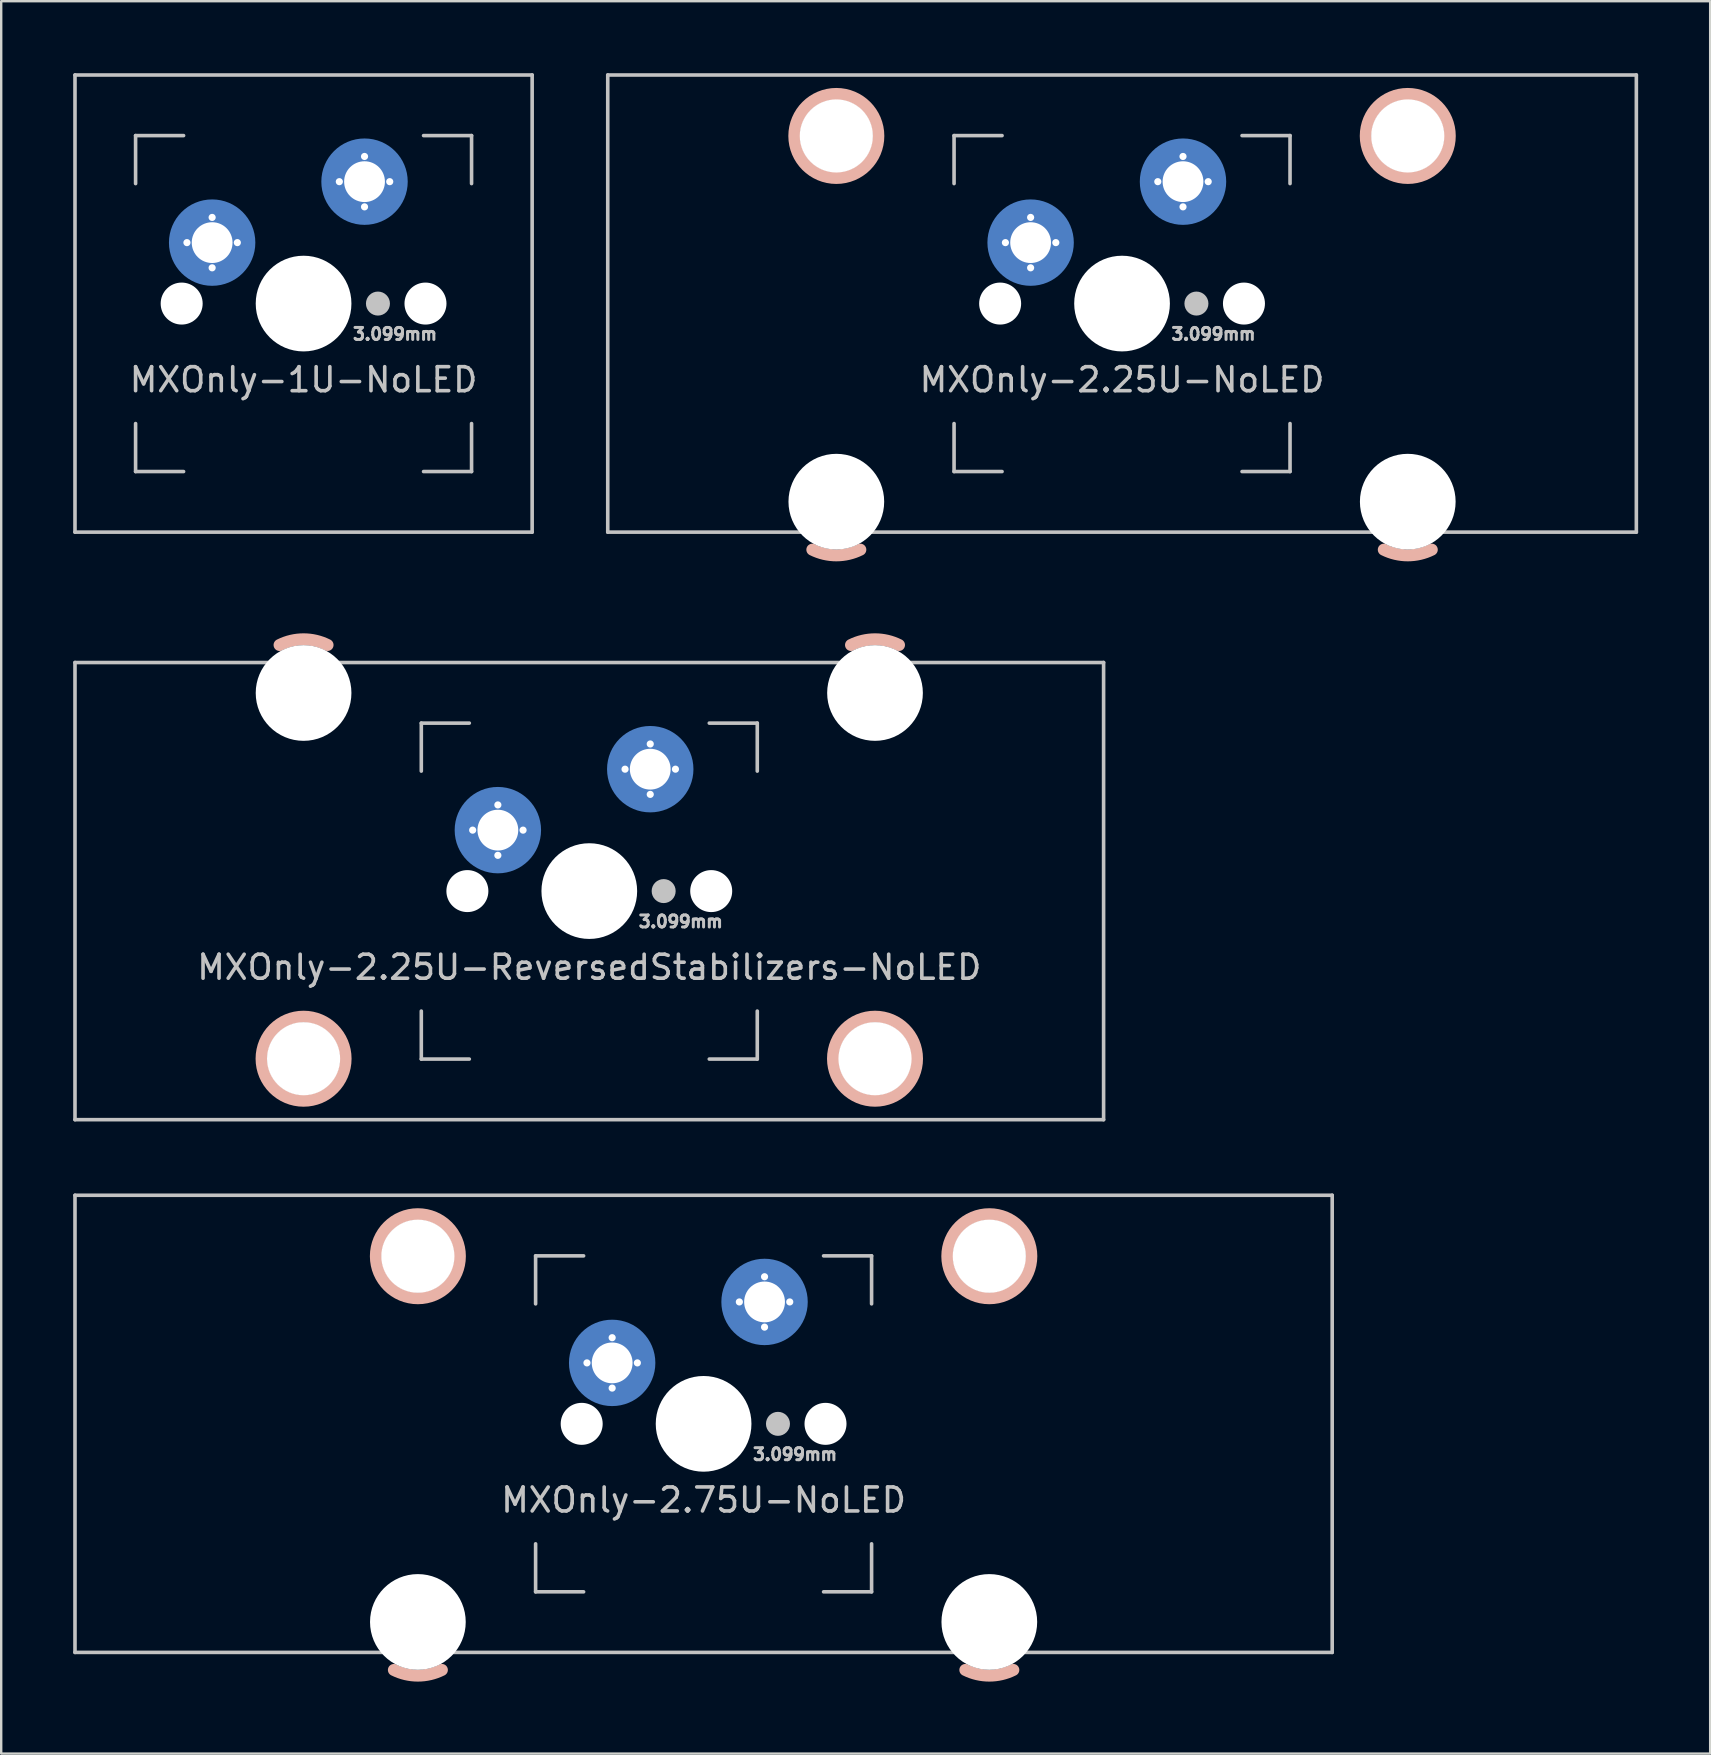
<source format=kicad_pcb>
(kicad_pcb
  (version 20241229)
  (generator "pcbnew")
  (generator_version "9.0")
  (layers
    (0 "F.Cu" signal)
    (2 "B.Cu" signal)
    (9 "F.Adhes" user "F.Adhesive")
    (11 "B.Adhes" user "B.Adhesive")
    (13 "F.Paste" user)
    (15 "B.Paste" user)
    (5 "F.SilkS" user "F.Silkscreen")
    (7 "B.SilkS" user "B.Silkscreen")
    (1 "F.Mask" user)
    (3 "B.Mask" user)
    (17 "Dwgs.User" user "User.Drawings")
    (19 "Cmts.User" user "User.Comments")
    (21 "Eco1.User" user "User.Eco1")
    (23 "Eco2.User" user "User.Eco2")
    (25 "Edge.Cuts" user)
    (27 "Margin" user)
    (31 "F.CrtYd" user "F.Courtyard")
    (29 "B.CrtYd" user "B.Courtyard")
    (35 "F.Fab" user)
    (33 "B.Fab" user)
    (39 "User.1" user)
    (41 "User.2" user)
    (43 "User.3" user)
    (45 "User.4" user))
  (footprint "MXOnly-2.25U-ReversedStabilizers-NoLED"
    (layer "F.Cu")
    (at 21.506 34.082)
    (property "Reference" "MXOnly-2.25U-ReversedStabilizers-NoLED" (at 0 3.175 0) (layer "Dwgs.User") (effects (font (size 1 1) (thickness 0.15))))
    (attr through_hole)
    (fp_arc (start -12.90625 -10.255) (mid -11.906837 -10.491068) (end -10.907301 -10.255525) (stroke (width 0.5) (type solid)) (layer "B.SilkS"))
    (fp_arc (start 10.90625 -10.255) (mid 11.905663 -10.491068) (end 12.905199 -10.255525) (stroke (width 0.5) (type solid)) (layer "B.SilkS"))
    (fp_circle (center -11.906 6.985) (end -13.656 6.985) (stroke (width 0.5) (type solid)) (fill no) (layer "B.SilkS"))
    (fp_circle (center 11.906 6.985) (end 10.156 6.985) (stroke (width 0.5) (type solid)) (fill no) (layer "B.SilkS"))
    (fp_line (start -21.431 -9.525) (end 21.431 -9.525) (stroke (width 0.15) (type solid)) (layer "Dwgs.User"))
    (fp_line (start -21.431 9.525) (end -21.431 -9.525) (stroke (width 0.15) (type solid)) (layer "Dwgs.User"))
    (fp_line (start -21.431 9.525) (end 21.431 9.525) (stroke (width 0.15) (type solid)) (layer "Dwgs.User"))
    (fp_line (start -7 -7) (end -7 -5) (stroke (width 0.15) (type solid)) (layer "Dwgs.User"))
    (fp_line (start -7 5) (end -7 7) (stroke (width 0.15) (type solid)) (layer "Dwgs.User"))
    (fp_line (start -7 7) (end -5 7) (stroke (width 0.15) (type solid)) (layer "Dwgs.User"))
    (fp_line (start -5 -7) (end -7 -7) (stroke (width 0.15) (type solid)) (layer "Dwgs.User"))
    (fp_line (start 5 -7) (end 7 -7) (stroke (width 0.15) (type solid)) (layer "Dwgs.User"))
    (fp_line (start 5 7) (end 7 7) (stroke (width 0.15) (type solid)) (layer "Dwgs.User"))
    (fp_line (start 7 -7) (end 7 -5) (stroke (width 0.15) (type solid)) (layer "Dwgs.User"))
    (fp_line (start 7 7) (end 7 5) (stroke (width 0.15) (type solid)) (layer "Dwgs.User"))
    (fp_line (start 21.431 -9.525) (end 21.431 9.525) (stroke (width 0.15) (type solid)) (layer "Dwgs.User"))
    (fp_text user "3.099mm" (at 3.81 1.27 0) (layer "Dwgs.User") (effects (font (size 0.5 0.5) (thickness 0.125))))
    (pad "" np_thru_hole circle (at -11.906 -8.255) (size 3.988 3.988) (drill 3.988) (layers "*.Cu" "*.Mask"))
    (pad "" np_thru_hole circle (at -11.906 6.985) (size 3.048 3.048) (drill 3.048) (layers "*.Cu" "*.Mask"))
    (pad "" np_thru_hole circle (at -5.08 0 48.1) (size 1.75 1.75) (drill 1.75) (layers "*.Cu" "*.Mask"))
    (pad "" smd circle (at -3.81 -2.54) (size 3.2 3.2) (layers "B.Mask"))
    (pad "" np_thru_hole circle (at 0 0) (size 3.988 3.988) (drill 3.988) (layers "*.Cu" "*.Mask"))
    (pad "" smd circle (at 2.54 -5.08) (size 3.2 3.2) (layers "B.Mask"))
    (pad "" smd circle (at 3.099 0) (size 1 1) (layers "Dwgs.User"))
    (pad "" np_thru_hole circle (at 5.08 0 48.1) (size 1.75 1.75) (drill 1.75) (layers "*.Cu" "*.Mask"))
    (pad "" np_thru_hole circle (at 11.906 -8.255) (size 3.988 3.988) (drill 3.988) (layers "*.Cu" "*.Mask"))
    (pad "" np_thru_hole circle (at 11.906 6.985) (size 3.048 3.048) (drill 3.048) (layers "*.Cu" "*.Mask"))
    (pad "1" thru_hole circle (at -4.86 -2.54 90) (size 0.4 0.4) (drill 0.3) (layers "*.Cu" "B.Mask"))
    (pad "1" thru_hole circle (at -3.81 -3.59) (size 0.4 0.4) (drill 0.3) (layers "*.Cu" "B.Mask"))
    (pad "1" thru_hole circle (at -3.81 -2.54) (size 2.5 2.5) (drill 1.7) (layers "*.Cu"))
    (pad "1" smd circle (at -3.81 -2.54) (size 3.6 3.6) (layers "B.Cu"))
    (pad "1" thru_hole circle (at -3.81 -1.49 180) (size 0.4 0.4) (drill 0.3) (layers "*.Cu" "B.Mask"))
    (pad "1" thru_hole circle (at -2.76 -2.54 270) (size 0.4 0.4) (drill 0.3) (layers "*.Cu" "B.Mask"))
    (pad "2" thru_hole circle (at 1.49 -5.08 90) (size 0.4 0.4) (drill 0.3) (layers "*.Cu" "B.Mask"))
    (pad "2" thru_hole circle (at 2.54 -6.13) (size 0.4 0.4) (drill 0.3) (layers "*.Cu" "B.Mask"))
    (pad "2" thru_hole circle (at 2.54 -5.08) (size 2.5 2.5) (drill 1.7) (layers "*.Cu"))
    (pad "2" smd circle (at 2.54 -5.08) (size 3.6 3.6) (layers "B.Cu"))
    (pad "2" thru_hole circle (at 2.54 -4.03 180) (size 0.4 0.4) (drill 0.3) (layers "*.Cu" "B.Mask"))
    (pad "2" thru_hole circle (at 3.59 -5.08 270) (size 0.4 0.4) (drill 0.3) (layers "*.Cu" "B.Mask")))
  (footprint "MXOnly-2.75U-NoLED"
    (layer "F.Cu")
    (at 26.269 56.282)
    (property "Reference" "MXOnly-2.75U-NoLED" (at 0 3.175 0) (layer "Dwgs.User") (effects (font (size 1 1) (thickness 0.15))))
    (attr through_hole)
    (fp_arc (start -10.90625 10.255) (mid -11.905663 10.491068) (end -12.905199 10.255525) (stroke (width 0.5) (type solid)) (layer "B.SilkS"))
    (fp_arc (start 12.90625 10.255) (mid 11.906837 10.491068) (end 10.907301 10.255525) (stroke (width 0.5) (type solid)) (layer "B.SilkS"))
    (fp_circle (center -11.906 -6.985) (end -10.156 -6.985) (stroke (width 0.5) (type solid)) (fill no) (layer "B.SilkS"))
    (fp_circle (center 11.906 -6.985) (end 13.656 -6.985) (stroke (width 0.5) (type solid)) (fill no) (layer "B.SilkS"))
    (fp_line (start -26.194 -9.525) (end 26.194 -9.525) (stroke (width 0.15) (type solid)) (layer "Dwgs.User"))
    (fp_line (start -26.194 9.525) (end -26.194 -9.525) (stroke (width 0.15) (type solid)) (layer "Dwgs.User"))
    (fp_line (start -26.194 9.525) (end 26.194 9.525) (stroke (width 0.15) (type solid)) (layer "Dwgs.User"))
    (fp_line (start -7 -7) (end -7 -5) (stroke (width 0.15) (type solid)) (layer "Dwgs.User"))
    (fp_line (start -7 5) (end -7 7) (stroke (width 0.15) (type solid)) (layer "Dwgs.User"))
    (fp_line (start -7 7) (end -5 7) (stroke (width 0.15) (type solid)) (layer "Dwgs.User"))
    (fp_line (start -5 -7) (end -7 -7) (stroke (width 0.15) (type solid)) (layer "Dwgs.User"))
    (fp_line (start 5 -7) (end 7 -7) (stroke (width 0.15) (type solid)) (layer "Dwgs.User"))
    (fp_line (start 5 7) (end 7 7) (stroke (width 0.15) (type solid)) (layer "Dwgs.User"))
    (fp_line (start 7 -7) (end 7 -5) (stroke (width 0.15) (type solid)) (layer "Dwgs.User"))
    (fp_line (start 7 7) (end 7 5) (stroke (width 0.15) (type solid)) (layer "Dwgs.User"))
    (fp_line (start 26.194 -9.525) (end 26.194 9.525) (stroke (width 0.15) (type solid)) (layer "Dwgs.User"))
    (fp_text user "3.099mm" (at 3.81 1.27 0) (layer "Dwgs.User") (effects (font (size 0.5 0.5) (thickness 0.125))))
    (pad "" np_thru_hole circle (at -11.906 -6.985) (size 3.048 3.048) (drill 3.048) (layers "*.Cu" "*.Mask"))
    (pad "" np_thru_hole circle (at -11.906 8.255) (size 3.988 3.988) (drill 3.988) (layers "*.Cu" "*.Mask"))
    (pad "" np_thru_hole circle (at -5.08 0 48.1) (size 1.75 1.75) (drill 1.75) (layers "*.Cu" "*.Mask"))
    (pad "" smd circle (at -3.81 -2.54) (size 3.2 3.2) (layers "B.Mask"))
    (pad "" np_thru_hole circle (at 0 0) (size 3.988 3.988) (drill 3.988) (layers "*.Cu" "*.Mask"))
    (pad "" smd circle (at 2.54 -5.08) (size 3.2 3.2) (layers "B.Mask"))
    (pad "" smd circle (at 3.099 0) (size 1 1) (layers "Dwgs.User"))
    (pad "" np_thru_hole circle (at 5.08 0 48.1) (size 1.75 1.75) (drill 1.75) (layers "*.Cu" "*.Mask"))
    (pad "" np_thru_hole circle (at 11.906 -6.985) (size 3.048 3.048) (drill 3.048) (layers "*.Cu" "*.Mask"))
    (pad "" np_thru_hole circle (at 11.906 8.255) (size 3.988 3.988) (drill 3.988) (layers "*.Cu" "*.Mask"))
    (pad "1" thru_hole circle (at -4.86 -2.54 90) (size 0.4 0.4) (drill 0.3) (layers "*.Cu" "B.Mask"))
    (pad "1" thru_hole circle (at -3.81 -3.59) (size 0.4 0.4) (drill 0.3) (layers "*.Cu" "B.Mask"))
    (pad "1" thru_hole circle (at -3.81 -2.54) (size 2.5 2.5) (drill 1.7) (layers "*.Cu"))
    (pad "1" smd circle (at -3.81 -2.54) (size 3.6 3.6) (layers "B.Cu"))
    (pad "1" thru_hole circle (at -3.81 -1.49 180) (size 0.4 0.4) (drill 0.3) (layers "*.Cu" "B.Mask"))
    (pad "1" thru_hole circle (at -2.76 -2.54 270) (size 0.4 0.4) (drill 0.3) (layers "*.Cu" "B.Mask"))
    (pad "2" thru_hole circle (at 1.49 -5.08 90) (size 0.4 0.4) (drill 0.3) (layers "*.Cu" "B.Mask"))
    (pad "2" thru_hole circle (at 2.54 -6.13) (size 0.4 0.4) (drill 0.3) (layers "*.Cu" "B.Mask"))
    (pad "2" thru_hole circle (at 2.54 -5.08) (size 2.5 2.5) (drill 1.7) (layers "*.Cu"))
    (pad "2" smd circle (at 2.54 -5.08) (size 3.6 3.6) (layers "B.Cu"))
    (pad "2" thru_hole circle (at 2.54 -4.03 180) (size 0.4 0.4) (drill 0.3) (layers "*.Cu" "B.Mask"))
    (pad "2" thru_hole circle (at 3.59 -5.08 270) (size 0.4 0.4) (drill 0.3) (layers "*.Cu" "B.Mask")))
  (footprint "MXOnly-1U-NoLED"
    (layer "F.Cu")
    (at 9.6 9.6)
    (property "Reference" "MXOnly-1U-NoLED" (at 0 3.175 0) (layer "Dwgs.User") (effects (font (size 1 1) (thickness 0.15))))
    (attr through_hole)
    (fp_line (start -9.525 -9.525) (end 9.525 -9.525) (stroke (width 0.15) (type solid)) (layer "Dwgs.User"))
    (fp_line (start -9.525 9.525) (end -9.525 -9.525) (stroke (width 0.15) (type solid)) (layer "Dwgs.User"))
    (fp_line (start -7 -7) (end -7 -5) (stroke (width 0.15) (type solid)) (layer "Dwgs.User"))
    (fp_line (start -7 5) (end -7 7) (stroke (width 0.15) (type solid)) (layer "Dwgs.User"))
    (fp_line (start -7 7) (end -5 7) (stroke (width 0.15) (type solid)) (layer "Dwgs.User"))
    (fp_line (start -5 -7) (end -7 -7) (stroke (width 0.15) (type solid)) (layer "Dwgs.User"))
    (fp_line (start 5 -7) (end 7 -7) (stroke (width 0.15) (type solid)) (layer "Dwgs.User"))
    (fp_line (start 5 7) (end 7 7) (stroke (width 0.15) (type solid)) (layer "Dwgs.User"))
    (fp_line (start 7 -7) (end 7 -5) (stroke (width 0.15) (type solid)) (layer "Dwgs.User"))
    (fp_line (start 7 7) (end 7 5) (stroke (width 0.15) (type solid)) (layer "Dwgs.User"))
    (fp_line (start 9.525 -9.525) (end 9.525 9.525) (stroke (width 0.15) (type solid)) (layer "Dwgs.User"))
    (fp_line (start 9.525 9.525) (end -9.525 9.525) (stroke (width 0.15) (type solid)) (layer "Dwgs.User"))
    (fp_text user "3.099mm" (at 3.81 1.27 0) (layer "Dwgs.User") (effects (font (size 0.5 0.5) (thickness 0.125))))
    (pad "" np_thru_hole circle (at -5.08 0 48.1) (size 1.75 1.75) (drill 1.75) (layers "*.Cu" "*.Mask"))
    (pad "" smd circle (at -3.81 -2.54) (size 3.2 3.2) (layers "B.Mask"))
    (pad "" np_thru_hole circle (at 0 0) (size 3.988 3.988) (drill 3.988) (layers "*.Cu" "*.Mask"))
    (pad "" smd circle (at 2.54 -5.08) (size 3.2 3.2) (layers "B.Mask"))
    (pad "" smd circle (at 3.099 0) (size 1 1) (layers "Dwgs.User"))
    (pad "" np_thru_hole circle (at 5.08 0 48.1) (size 1.75 1.75) (drill 1.75) (layers "*.Cu" "*.Mask"))
    (pad "1" thru_hole circle (at -4.86 -2.54 90) (size 0.4 0.4) (drill 0.3) (layers "*.Cu" "B.Mask"))
    (pad "1" thru_hole circle (at -3.81 -3.59) (size 0.4 0.4) (drill 0.3) (layers "*.Cu" "B.Mask"))
    (pad "1" thru_hole circle (at -3.81 -2.54) (size 2.5 2.5) (drill 1.7) (layers "*.Cu"))
    (pad "1" smd circle (at -3.81 -2.54) (size 3.6 3.6) (layers "B.Cu"))
    (pad "1" thru_hole circle (at -3.81 -1.49 180) (size 0.4 0.4) (drill 0.3) (layers "*.Cu" "B.Mask"))
    (pad "1" thru_hole circle (at -2.76 -2.54 270) (size 0.4 0.4) (drill 0.3) (layers "*.Cu" "B.Mask"))
    (pad "2" thru_hole circle (at 1.49 -5.08 90) (size 0.4 0.4) (drill 0.3) (layers "*.Cu" "B.Mask"))
    (pad "2" thru_hole circle (at 2.54 -6.13) (size 0.4 0.4) (drill 0.3) (layers "*.Cu" "B.Mask"))
    (pad "2" thru_hole circle (at 2.54 -5.08) (size 2.5 2.5) (drill 1.7) (layers "*.Cu"))
    (pad "2" smd circle (at 2.54 -5.08) (size 3.6 3.6) (layers "B.Cu"))
    (pad "2" thru_hole circle (at 2.54 -4.03 180) (size 0.4 0.4) (drill 0.3) (layers "*.Cu" "B.Mask"))
    (pad "2" thru_hole circle (at 3.59 -5.08 270) (size 0.4 0.4) (drill 0.3) (layers "*.Cu" "B.Mask")))
  (footprint "MXOnly-2.25U-NoLED"
    (layer "F.Cu")
    (at 43.706 9.6)
    (property "Reference" "MXOnly-2.25U-NoLED" (at 0 3.175 0) (layer "Dwgs.User") (effects (font (size 1 1) (thickness 0.15))))
    (attr through_hole)
    (fp_arc (start -10.90625 10.255) (mid -11.905663 10.491068) (end -12.905199 10.255525) (stroke (width 0.5) (type solid)) (layer "B.SilkS"))
    (fp_arc (start 12.90625 10.255) (mid 11.906837 10.491068) (end 10.907301 10.255525) (stroke (width 0.5) (type solid)) (layer "B.SilkS"))
    (fp_circle (center -11.906 -6.985) (end -10.156 -6.985) (stroke (width 0.5) (type solid)) (fill no) (layer "B.SilkS"))
    (fp_circle (center 11.906 -6.985) (end 13.656 -6.985) (stroke (width 0.5) (type solid)) (fill no) (layer "B.SilkS"))
    (fp_line (start -21.431 -9.525) (end 21.431 -9.525) (stroke (width 0.15) (type solid)) (layer "Dwgs.User"))
    (fp_line (start -21.431 9.525) (end -21.431 -9.525) (stroke (width 0.15) (type solid)) (layer "Dwgs.User"))
    (fp_line (start -21.431 9.525) (end 21.431 9.525) (stroke (width 0.15) (type solid)) (layer "Dwgs.User"))
    (fp_line (start -7 -7) (end -7 -5) (stroke (width 0.15) (type solid)) (layer "Dwgs.User"))
    (fp_line (start -7 5) (end -7 7) (stroke (width 0.15) (type solid)) (layer "Dwgs.User"))
    (fp_line (start -7 7) (end -5 7) (stroke (width 0.15) (type solid)) (layer "Dwgs.User"))
    (fp_line (start -5 -7) (end -7 -7) (stroke (width 0.15) (type solid)) (layer "Dwgs.User"))
    (fp_line (start 5 -7) (end 7 -7) (stroke (width 0.15) (type solid)) (layer "Dwgs.User"))
    (fp_line (start 5 7) (end 7 7) (stroke (width 0.15) (type solid)) (layer "Dwgs.User"))
    (fp_line (start 7 -7) (end 7 -5) (stroke (width 0.15) (type solid)) (layer "Dwgs.User"))
    (fp_line (start 7 7) (end 7 5) (stroke (width 0.15) (type solid)) (layer "Dwgs.User"))
    (fp_line (start 21.431 -9.525) (end 21.431 9.525) (stroke (width 0.15) (type solid)) (layer "Dwgs.User"))
    (fp_text user "3.099mm" (at 3.81 1.27 0) (layer "Dwgs.User") (effects (font (size 0.5 0.5) (thickness 0.125))))
    (pad "" np_thru_hole circle (at -11.906 -6.985) (size 3.048 3.048) (drill 3.048) (layers "*.Cu" "*.Mask"))
    (pad "" np_thru_hole circle (at -11.906 8.255) (size 3.988 3.988) (drill 3.988) (layers "*.Cu" "*.Mask"))
    (pad "" np_thru_hole circle (at -5.08 0 48.1) (size 1.75 1.75) (drill 1.75) (layers "*.Cu" "*.Mask"))
    (pad "" smd circle (at -3.81 -2.54) (size 3.2 3.2) (layers "B.Mask"))
    (pad "" np_thru_hole circle (at 0 0) (size 3.988 3.988) (drill 3.988) (layers "*.Cu" "*.Mask"))
    (pad "" smd circle (at 2.54 -5.08) (size 3.2 3.2) (layers "B.Mask"))
    (pad "" smd circle (at 3.099 0) (size 1 1) (layers "Dwgs.User"))
    (pad "" np_thru_hole circle (at 5.08 0 48.1) (size 1.75 1.75) (drill 1.75) (layers "*.Cu" "*.Mask"))
    (pad "" np_thru_hole circle (at 11.906 -6.985) (size 3.048 3.048) (drill 3.048) (layers "*.Cu" "*.Mask"))
    (pad "" np_thru_hole circle (at 11.906 8.255) (size 3.988 3.988) (drill 3.988) (layers "*.Cu" "*.Mask"))
    (pad "1" thru_hole circle (at -4.86 -2.54 90) (size 0.4 0.4) (drill 0.3) (layers "*.Cu" "B.Mask"))
    (pad "1" thru_hole circle (at -3.81 -3.59) (size 0.4 0.4) (drill 0.3) (layers "*.Cu" "B.Mask"))
    (pad "1" thru_hole circle (at -3.81 -2.54) (size 2.5 2.5) (drill 1.7) (layers "*.Cu"))
    (pad "1" smd circle (at -3.81 -2.54) (size 3.6 3.6) (layers "B.Cu"))
    (pad "1" thru_hole circle (at -3.81 -1.49 180) (size 0.4 0.4) (drill 0.3) (layers "*.Cu" "B.Mask"))
    (pad "1" thru_hole circle (at -2.76 -2.54 270) (size 0.4 0.4) (drill 0.3) (layers "*.Cu" "B.Mask"))
    (pad "2" thru_hole circle (at 1.49 -5.08 90) (size 0.4 0.4) (drill 0.3) (layers "*.Cu" "B.Mask"))
    (pad "2" thru_hole circle (at 2.54 -6.13) (size 0.4 0.4) (drill 0.3) (layers "*.Cu" "B.Mask"))
    (pad "2" thru_hole circle (at 2.54 -5.08) (size 2.5 2.5) (drill 1.7) (layers "*.Cu"))
    (pad "2" smd circle (at 2.54 -5.08) (size 3.6 3.6) (layers "B.Cu"))
    (pad "2" thru_hole circle (at 2.54 -4.03 180) (size 0.4 0.4) (drill 0.3) (layers "*.Cu" "B.Mask"))
    (pad "2" thru_hole circle (at 3.59 -5.08 270) (size 0.4 0.4) (drill 0.3) (layers "*.Cu" "B.Mask")))
  (gr_rect
    (start -3 -3)
    (end 68.213 70.023)
    (stroke (width 0.1) (type default))
    (fill no)
    (layer "Edge.Cuts")))
</source>
